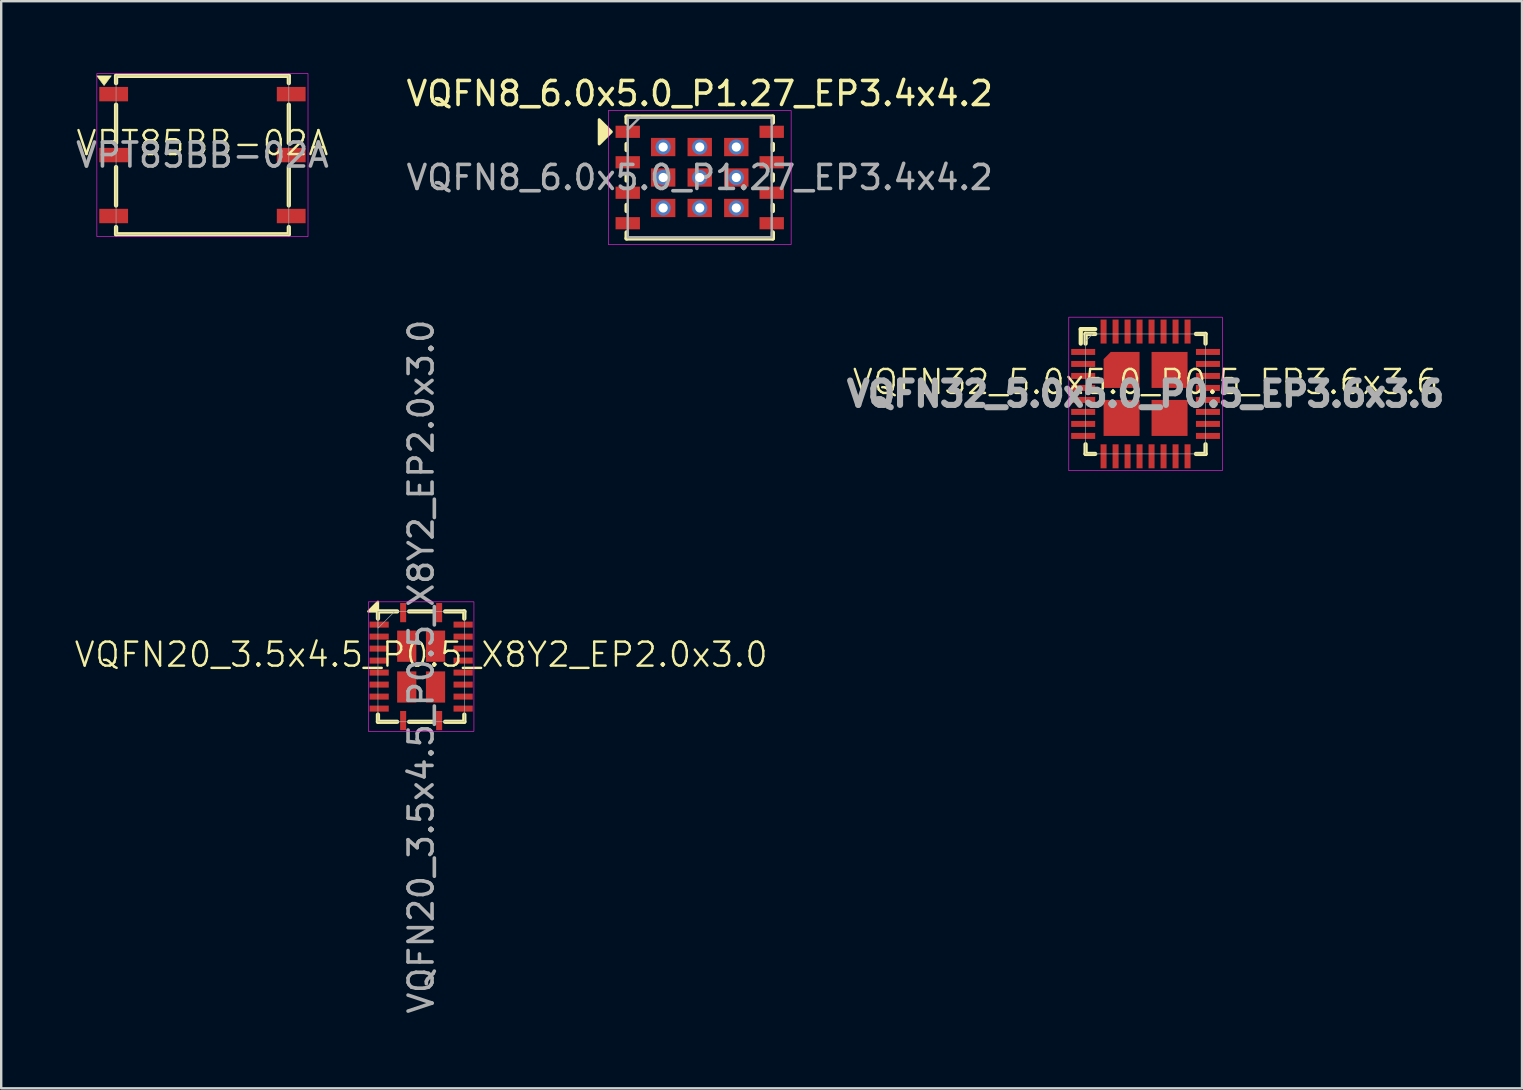
<source format=kicad_pcb>
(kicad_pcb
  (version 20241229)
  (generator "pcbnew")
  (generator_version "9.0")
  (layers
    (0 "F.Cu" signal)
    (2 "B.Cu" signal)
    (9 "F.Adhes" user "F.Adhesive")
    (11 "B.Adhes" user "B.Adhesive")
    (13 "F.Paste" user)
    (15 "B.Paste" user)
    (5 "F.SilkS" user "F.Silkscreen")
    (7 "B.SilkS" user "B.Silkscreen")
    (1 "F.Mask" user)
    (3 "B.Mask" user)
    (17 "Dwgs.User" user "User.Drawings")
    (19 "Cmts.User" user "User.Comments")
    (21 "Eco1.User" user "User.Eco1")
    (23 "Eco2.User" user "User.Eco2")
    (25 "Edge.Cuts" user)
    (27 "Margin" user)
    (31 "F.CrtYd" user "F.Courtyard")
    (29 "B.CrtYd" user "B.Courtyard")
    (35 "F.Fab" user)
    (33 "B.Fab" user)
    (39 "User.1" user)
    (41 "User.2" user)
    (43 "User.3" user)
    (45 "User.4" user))
  (footprint "VQFN8_6.0x5.0_P1.27_EP3.4x4.2"
    (layer "F.Cu")
    (at 26.113 4.348)
    (property "Reference" "VQFN8_6.0x5.0_P1.27_EP3.4x4.2" (at 0 -3.5 0) (unlocked yes) (layer "F.SilkS") (effects (font (size 1 1) (thickness 0.15))))
    (attr smd)
    (fp_line (start -3.048 -2.54) (end 3.048 -2.54) (stroke (width 0.178) (type solid)) (layer "F.SilkS"))
    (fp_line (start -3.048 -2.286) (end -3.048 -2.54) (stroke (width 0.178) (type solid)) (layer "F.SilkS"))
    (fp_line (start -3.048 -1.397) (end -3.048 -1.143) (stroke (width 0.178) (type solid)) (layer "F.SilkS"))
    (fp_line (start -3.048 -0.127) (end -3.048 0.127) (stroke (width 0.178) (type solid)) (layer "F.SilkS"))
    (fp_line (start -3.048 1.143) (end -3.048 1.397) (stroke (width 0.178) (type solid)) (layer "F.SilkS"))
    (fp_line (start -3.048 2.54) (end -3.048 2.286) (stroke (width 0.178) (type solid)) (layer "F.SilkS"))
    (fp_line (start 3.048 -2.54) (end 3.048 -2.286) (stroke (width 0.178) (type solid)) (layer "F.SilkS"))
    (fp_line (start 3.048 -1.143) (end 3.048 -1.397) (stroke (width 0.178) (type solid)) (layer "F.SilkS"))
    (fp_line (start 3.048 0.127) (end 3.048 -0.127) (stroke (width 0.178) (type solid)) (layer "F.SilkS"))
    (fp_line (start 3.048 1.397) (end 3.048 1.143) (stroke (width 0.178) (type solid)) (layer "F.SilkS"))
    (fp_line (start 3.048 2.286) (end 3.048 2.54) (stroke (width 0.178) (type solid)) (layer "F.SilkS"))
    (fp_line (start 3.048 2.54) (end -3.048 2.54) (stroke (width 0.178) (type solid)) (layer "F.SilkS"))
    (fp_poly (pts (xy -3.683 -1.905) (xy -4.191 -1.397) (xy -4.191 -2.413)) (stroke (width 0.12) (type solid)) (fill yes) (layer "F.SilkS"))
    (fp_rect (start -3.81 -2.794) (end 3.81 2.794) (stroke (width 0.025) (type solid)) (fill no) (layer "F.CrtYd"))
    (fp_line (start -3 -2) (end -2.5 -2.5) (stroke (width 0.1) (type solid)) (layer "F.Fab"))
    (fp_rect (start -3 -2.5) (end 3 2.5) (stroke (width 0.1) (type solid)) (fill no) (layer "F.Fab"))
    (fp_text user "${REFERENCE}" (at 0 0 0) (unlocked yes) (layer "F.Fab") (effects (font (size 1 1) (thickness 0.15))))
    (pad "1" smd rect (at -3 -1.905) (size 1.016 0.508) (layers "F.Cu" "F.Mask" "F.Paste"))
    (pad "2" smd rect (at -3 -0.635) (size 1.016 0.508) (layers "F.Cu" "F.Mask" "F.Paste"))
    (pad "3" smd rect (at -3 0.635) (size 1.016 0.508) (layers "F.Cu" "F.Mask" "F.Paste"))
    (pad "4" smd rect (at -3 1.905) (size 1.016 0.508) (layers "F.Cu" "F.Mask" "F.Paste"))
    (pad "5" smd rect (at 3 1.905) (size 1.016 0.508) (layers "F.Cu" "F.Mask" "F.Paste"))
    (pad "6" smd rect (at 3 0.635) (size 1.016 0.508) (layers "F.Cu" "F.Mask" "F.Paste"))
    (pad "7" smd rect (at 3 -0.635) (size 1.016 0.508) (layers "F.Cu" "F.Mask" "F.Paste"))
    (pad "8" smd rect (at 3 -1.905) (size 1.016 0.508) (layers "F.Cu" "F.Mask" "F.Paste"))
    (pad "9" thru_hole circle (at -1.524 -1.27) (size 0.635 0.635) (drill 0.381) (layers "*.Cu" "*.Mask"))
    (pad "9" smd rect (at -1.524 -1.27) (size 1.016 0.762) (layers "F.Cu" "F.Mask" "F.Paste"))
    (pad "9" thru_hole circle (at -1.524 0) (size 0.635 0.635) (drill 0.381) (layers "*.Cu" "*.Mask"))
    (pad "9" smd rect (at -1.524 0) (size 1.016 0.762) (layers "F.Cu" "F.Mask" "F.Paste"))
    (pad "9" thru_hole circle (at -1.524 1.27) (size 0.635 0.635) (drill 0.381) (layers "*.Cu" "*.Mask"))
    (pad "9" smd rect (at -1.524 1.27) (size 1.016 0.762) (layers "F.Cu" "F.Mask" "F.Paste"))
    (pad "9" thru_hole circle (at 0 -1.27) (size 0.635 0.635) (drill 0.381) (layers "*.Cu" "*.Mask"))
    (pad "9" smd rect (at 0 -1.27) (size 1.016 0.762) (layers "F.Cu" "F.Mask" "F.Paste"))
    (pad "9" thru_hole circle (at 0 0) (size 0.635 0.635) (drill 0.381) (layers "*.Cu" "*.Mask"))
    (pad "9" smd rect (at 0 0) (size 1.016 0.762) (layers "F.Cu" "F.Mask" "F.Paste"))
    (pad "9" thru_hole circle (at 0 1.27) (size 0.635 0.635) (drill 0.381) (layers "*.Cu" "*.Mask"))
    (pad "9" smd rect (at 0 1.27) (size 1.016 0.762) (layers "F.Cu" "F.Mask" "F.Paste"))
    (pad "9" thru_hole circle (at 1.524 -1.27) (size 0.635 0.635) (drill 0.381) (layers "*.Cu" "*.Mask"))
    (pad "9" smd rect (at 1.524 -1.27) (size 1.016 0.762) (layers "F.Cu" "F.Mask" "F.Paste"))
    (pad "9" thru_hole circle (at 1.524 0) (size 0.635 0.635) (drill 0.381) (layers "*.Cu" "*.Mask"))
    (pad "9" smd rect (at 1.524 0) (size 1.016 0.762) (layers "F.Cu" "F.Mask" "F.Paste"))
    (pad "9" thru_hole circle (at 1.524 1.27) (size 0.635 0.635) (drill 0.381) (layers "*.Cu" "*.Mask"))
    (pad "9" smd rect (at 1.524 1.27) (size 1.016 0.762) (layers "F.Cu" "F.Mask" "F.Paste")))
  (footprint "VPT85BB-02A"
    (layer "F.Cu")
    (at 5.387 3.413)
    (property "Reference" "VPT85BB-02A" (at 0 -0.5 0) (unlocked yes) (layer "F.SilkS") (effects (font (size 1 1) (thickness 0.1))))
    (attr smd)
    (fp_line (start -3.6 -3.3) (end 3.6 -3.3) (stroke (width 0.178) (type solid)) (layer "F.SilkS"))
    (fp_line (start -3.6 -3) (end -3.6 -3.3) (stroke (width 0.178) (type solid)) (layer "F.SilkS"))
    (fp_line (start -3.6 -0.5) (end -3.6 -2.1) (stroke (width 0.178) (type solid)) (layer "F.SilkS"))
    (fp_line (start -3.6 2.1) (end -3.6 0.5) (stroke (width 0.178) (type solid)) (layer "F.SilkS"))
    (fp_line (start -3.6 3.3) (end -3.6 3) (stroke (width 0.178) (type solid)) (layer "F.SilkS"))
    (fp_line (start 3.6 -3) (end 3.6 -3.3) (stroke (width 0.178) (type solid)) (layer "F.SilkS"))
    (fp_line (start 3.6 -0.5) (end 3.6 -2.1) (stroke (width 0.178) (type solid)) (layer "F.SilkS"))
    (fp_line (start 3.6 2.1) (end 3.6 0.5) (stroke (width 0.178) (type solid)) (layer "F.SilkS"))
    (fp_line (start 3.6 3) (end 3.6 3.3) (stroke (width 0.178) (type solid)) (layer "F.SilkS"))
    (fp_line (start 3.6 3.3) (end -3.6 3.3) (stroke (width 0.178) (type solid)) (layer "F.SilkS"))
    (fp_poly (pts (xy -4.4 -3.3) (xy -3.8 -3.3) (xy -4.1 -2.9)) (stroke (width 0.025) (type solid)) (fill yes) (layer "F.SilkS"))
    (fp_rect (start -4.4 -3.4) (end 4.4 3.4) (stroke (width 0.025) (type solid)) (fill no) (layer "F.CrtYd"))
    (fp_rect (start -3.6 -3.3) (end 3.6 3.3) (stroke (width 0.025) (type solid)) (fill no) (layer "F.Fab"))
    (fp_text user "${REFERENCE}" (at 0 0 0) (unlocked yes) (layer "F.Fab") (effects (font (size 1 1) (thickness 0.15))))
    (pad "1" smd rect (at -3.7 -2.54) (size 1.2 0.6) (layers "F.Cu" "F.Mask" "F.Paste"))
    (pad "2" smd rect (at -3.7 0) (size 1.2 0.6) (layers "F.Cu" "F.Mask" "F.Paste"))
    (pad "3" smd rect (at -3.7 2.54) (size 1.2 0.6) (layers "F.Cu" "F.Mask" "F.Paste"))
    (pad "4" smd rect (at 3.7 2.54) (size 1.2 0.6) (layers "F.Cu" "F.Mask" "F.Paste"))
    (pad "5" smd rect (at 3.7 0) (size 1.2 0.6) (layers "F.Cu" "F.Mask" "F.Paste"))
    (pad "6" smd rect (at 3.7 -2.54) (size 1.2 0.6) (layers "F.Cu" "F.Mask" "F.Paste")))
  (footprint "VQFN32_5.0x5.0_P0.5_EP3.6x3.6"
    (layer "F.Cu")
    (at 44.694 13.368)
    (property "Reference" "VQFN32_5.0x5.0_P0.5_EP3.6x3.6" (at 0 -0.5 0) (unlocked yes) (layer "F.SilkS") (effects (font (size 1 1) (thickness 0.1))))
    (attr smd)
    (fp_line (start -2.7 -2.7) (end -2.1 -2.7) (stroke (width 0.178) (type default)) (layer "F.SilkS"))
    (fp_line (start -2.7 -2.1) (end -2.7 -2.7) (stroke (width 0.178) (type default)) (layer "F.SilkS"))
    (fp_line (start -2.5 -2.5) (end -2.1 -2.5) (stroke (width 0.178) (type default)) (layer "F.SilkS"))
    (fp_line (start -2.5 -2.1) (end -2.5 -2.5) (stroke (width 0.178) (type default)) (layer "F.SilkS"))
    (fp_line (start -2.5 2.5) (end -2.5 2.1) (stroke (width 0.178) (type default)) (layer "F.SilkS"))
    (fp_line (start -2.1 2.5) (end -2.5 2.5) (stroke (width 0.178) (type default)) (layer "F.SilkS"))
    (fp_line (start 2.1 -2.5) (end 2.5 -2.5) (stroke (width 0.178) (type default)) (layer "F.SilkS"))
    (fp_line (start 2.5 -2.5) (end 2.5 -2.1) (stroke (width 0.178) (type default)) (layer "F.SilkS"))
    (fp_line (start 2.5 2.1) (end 2.5 2.5) (stroke (width 0.178) (type default)) (layer "F.SilkS"))
    (fp_line (start 2.5 2.5) (end 2.1 2.5) (stroke (width 0.178) (type default)) (layer "F.SilkS"))
    (fp_rect (start -3.2 3.2) (end 3.2 -3.2) (stroke (width 0.025) (type default)) (fill no) (layer "F.CrtYd"))
    (fp_rect (start -2.5 2.5) (end 2.5 -2.5) (stroke (width 0.025) (type default)) (fill no) (layer "F.Fab"))
    (fp_poly (pts (xy -2.5 -2.5) (xy -2.5 -2.2) (xy -2.2 -2.5)) (stroke (width 0.025) (type solid)) (fill no) (layer "F.Fab"))
    (fp_text user "${REFERENCE}" (at 0 0 0) (unlocked yes) (layer "F.Fab") (effects (font (size 1.016 1.016) (thickness 0.254) (bold yes))))
    (pad "1" smd rect (at -2.6 -1.75) (size 1 0.25) (layers "F.Cu" "F.Mask" "F.Paste"))
    (pad "2" smd rect (at -2.6 -1.25) (size 1 0.25) (layers "F.Cu" "F.Mask" "F.Paste"))
    (pad "3" smd rect (at -2.6 -0.75) (size 1 0.25) (layers "F.Cu" "F.Mask" "F.Paste"))
    (pad "4" smd rect (at -2.6 -0.25) (size 1 0.25) (layers "F.Cu" "F.Mask" "F.Paste"))
    (pad "5" smd rect (at -2.6 0.25) (size 1 0.25) (layers "F.Cu" "F.Mask" "F.Paste"))
    (pad "6" smd rect (at -2.6 0.75) (size 1 0.25) (layers "F.Cu" "F.Mask" "F.Paste"))
    (pad "7" smd rect (at -2.6 1.25) (size 1 0.25) (layers "F.Cu" "F.Mask" "F.Paste"))
    (pad "8" smd rect (at -2.6 1.75) (size 1 0.25) (layers "F.Cu" "F.Mask" "F.Paste"))
    (pad "9" smd rect (at -1.75 2.6) (size 0.25 1) (layers "F.Cu" "F.Mask" "F.Paste"))
    (pad "10" smd rect (at -1.25 2.6) (size 0.25 1) (layers "F.Cu" "F.Mask" "F.Paste"))
    (pad "11" smd rect (at -0.75 2.6) (size 0.25 1) (layers "F.Cu" "F.Mask" "F.Paste"))
    (pad "12" smd rect (at -0.25 2.6) (size 0.25 1) (layers "F.Cu" "F.Mask" "F.Paste"))
    (pad "13" smd rect (at 0.25 2.6) (size 0.25 1) (layers "F.Cu" "F.Mask" "F.Paste"))
    (pad "14" smd rect (at 0.75 2.6) (size 0.25 1) (layers "F.Cu" "F.Mask" "F.Paste"))
    (pad "15" smd rect (at 1.25 2.6) (size 0.25 1) (layers "F.Cu" "F.Mask" "F.Paste"))
    (pad "16" smd rect (at 1.75 2.6) (size 0.25 1) (layers "F.Cu" "F.Mask" "F.Paste"))
    (pad "17" smd rect (at 2.6 1.75) (size 1 0.25) (layers "F.Cu" "F.Mask" "F.Paste"))
    (pad "18" smd rect (at 2.6 1.25) (size 1 0.25) (layers "F.Cu" "F.Mask" "F.Paste"))
    (pad "19" smd rect (at 2.6 0.75) (size 1 0.25) (layers "F.Cu" "F.Mask" "F.Paste"))
    (pad "20" smd rect (at 2.6 0.25) (size 1 0.25) (layers "F.Cu" "F.Mask" "F.Paste"))
    (pad "21" smd rect (at 2.6 -0.25) (size 1 0.25) (layers "F.Cu" "F.Mask" "F.Paste"))
    (pad "22" smd rect (at 2.6 -0.75) (size 1 0.25) (layers "F.Cu" "F.Mask" "F.Paste"))
    (pad "23" smd rect (at 2.6 -1.25) (size 1 0.25) (layers "F.Cu" "F.Mask" "F.Paste"))
    (pad "24" smd rect (at 2.6 -1.75) (size 1 0.25) (layers "F.Cu" "F.Mask" "F.Paste"))
    (pad "25" smd rect (at 1.75 -2.6) (size 0.25 1) (layers "F.Cu" "F.Mask" "F.Paste"))
    (pad "26" smd rect (at 1.25 -2.6) (size 0.25 1) (layers "F.Cu" "F.Mask" "F.Paste"))
    (pad "27" smd rect (at 0.75 -2.6) (size 0.25 1) (layers "F.Cu" "F.Mask" "F.Paste"))
    (pad "28" smd rect (at 0.25 -2.6) (size 0.25 1) (layers "F.Cu" "F.Mask" "F.Paste"))
    (pad "29" smd rect (at -0.25 -2.6) (size 0.25 1) (layers "F.Cu" "F.Mask" "F.Paste"))
    (pad "30" smd rect (at -0.75 -2.6) (size 0.25 1) (layers "F.Cu" "F.Mask" "F.Paste"))
    (pad "31" smd rect (at -1.25 -2.6) (size 0.25 1) (layers "F.Cu" "F.Mask" "F.Paste"))
    (pad "32" smd rect (at -1.75 -2.6) (size 0.25 1) (layers "F.Cu" "F.Mask" "F.Paste"))
    (pad "33" smd roundrect (at -1 -1) (size 1.5 1.5) (layers "F.Cu" "F.Mask" "F.Paste") (roundrect_rratio 0) (chamfer_ratio 0.2) (chamfer top_left))
    (pad "33" smd rect (at -1 1) (size 1.5 1.5) (layers "F.Cu" "F.Mask" "F.Paste"))
    (pad "33" smd rect (at 1 -1) (size 1.5 1.5) (layers "F.Cu" "F.Mask" "F.Paste"))
    (pad "33" smd rect (at 1 1) (size 1.5 1.5) (layers "F.Cu" "F.Mask" "F.Paste")))
  (footprint "VQFN20_3.5x4.5_P0.5_X8Y2_EP2.0x3.0"
    (layer "F.Cu")
    (at 14.502 24.732)
    (property "Reference" "VQFN20_3.5x4.5_P0.5_X8Y2_EP2.0x3.0" (at 0 -0.5 0) (unlocked yes) (layer "F.SilkS") (effects (font (size 1 1) (thickness 0.1))))
    (attr smd)
    (fp_line (start -1.8 -2.3) (end -1 -2.3) (stroke (width 0.178) (type solid)) (layer "F.SilkS"))
    (fp_line (start -1.8 -2) (end -1.8 -2.3) (stroke (width 0.178) (type solid)) (layer "F.SilkS"))
    (fp_line (start -1.8 2.3) (end -1.8 2) (stroke (width 0.178) (type solid)) (layer "F.SilkS"))
    (fp_line (start -1 2.3) (end -1.8 2.3) (stroke (width 0.178) (type solid)) (layer "F.SilkS"))
    (fp_line (start -0.5 -2.3) (end 0.5 -2.3) (stroke (width 0.178) (type solid)) (layer "F.SilkS"))
    (fp_line (start 0.5 2.3) (end -0.5 2.3) (stroke (width 0.178) (type solid)) (layer "F.SilkS"))
    (fp_line (start 1 -2.3) (end 1.8 -2.3) (stroke (width 0.178) (type solid)) (layer "F.SilkS"))
    (fp_line (start 1.8 -2.3) (end 1.8 -2) (stroke (width 0.178) (type solid)) (layer "F.SilkS"))
    (fp_line (start 1.8 2) (end 1.8 2.3) (stroke (width 0.178) (type solid)) (layer "F.SilkS"))
    (fp_line (start 1.8 2.3) (end 1 2.3) (stroke (width 0.178) (type solid)) (layer "F.SilkS"))
    (fp_poly (pts (xy -2.2 -2.3) (xy -1.8 -2.3) (xy -1.8 -2.7)) (stroke (width 0.1) (type solid)) (fill yes) (layer "F.SilkS"))
    (fp_rect (start -2.2 -2.7) (end 2.2 2.7) (stroke (width 0.025) (type solid)) (fill no) (layer "F.CrtYd"))
    (fp_rect (start -1.8 -2.3) (end 1.8 2.3) (stroke (width 0.025) (type solid)) (fill no) (layer "F.Fab"))
    (fp_poly (pts (xy -1.8 -2.3) (xy -1.8 -1.6) (xy -1.1 -2.3)) (stroke (width 0.025) (type solid)) (fill no) (layer "F.Fab"))
    (fp_text user "${REFERENCE}" (at 0 0 90) (unlocked yes) (layer "F.Fab") (effects (font (size 1 1) (thickness 0.15))))
    (pad "1" smd rect (at -0.75 -2.25) (size 0.25 0.8) (layers "F.Cu" "F.Mask" "F.Paste"))
    (pad "2" smd rect (at -1.75 -1.75) (size 0.8 0.25) (layers "F.Cu" "F.Mask" "F.Paste"))
    (pad "3" smd rect (at -1.75 -1.25) (size 0.8 0.25) (layers "F.Cu" "F.Mask" "F.Paste"))
    (pad "4" smd rect (at -1.75 -0.75) (size 0.8 0.25) (layers "F.Cu" "F.Mask" "F.Paste"))
    (pad "5" smd rect (at -1.75 -0.25) (size 0.8 0.25) (layers "F.Cu" "F.Mask" "F.Paste"))
    (pad "6" smd rect (at -1.75 0.25) (size 0.8 0.25) (layers "F.Cu" "F.Mask" "F.Paste"))
    (pad "7" smd rect (at -1.75 0.75) (size 0.8 0.25) (layers "F.Cu" "F.Mask" "F.Paste"))
    (pad "8" smd rect (at -1.75 1.25) (size 0.8 0.25) (layers "F.Cu" "F.Mask" "F.Paste"))
    (pad "9" smd rect (at -1.75 1.75) (size 0.8 0.25) (layers "F.Cu" "F.Mask" "F.Paste"))
    (pad "10" smd rect (at -0.75 2.25) (size 0.25 0.8) (layers "F.Cu" "F.Mask" "F.Paste"))
    (pad "11" smd rect (at 0.75 2.25) (size 0.25 0.8) (layers "F.Cu" "F.Mask" "F.Paste"))
    (pad "12" smd rect (at 1.75 1.75) (size 0.8 0.25) (layers "F.Cu" "F.Mask" "F.Paste"))
    (pad "13" smd rect (at 1.75 1.25) (size 0.8 0.25) (layers "F.Cu" "F.Mask" "F.Paste"))
    (pad "14" smd rect (at 1.75 0.75) (size 0.8 0.25) (layers "F.Cu" "F.Mask" "F.Paste"))
    (pad "15" smd rect (at 1.75 0.25) (size 0.8 0.25) (layers "F.Cu" "F.Mask" "F.Paste"))
    (pad "16" smd rect (at 1.75 -0.25) (size 0.8 0.25) (layers "F.Cu" "F.Mask" "F.Paste"))
    (pad "17" smd rect (at 1.75 -0.75) (size 0.8 0.25) (layers "F.Cu" "F.Mask" "F.Paste"))
    (pad "18" smd rect (at 1.75 -1.25) (size 0.8 0.25) (layers "F.Cu" "F.Mask" "F.Paste"))
    (pad "19" smd rect (at 1.75 -1.75) (size 0.8 0.25) (layers "F.Cu" "F.Mask" "F.Paste"))
    (pad "20" smd rect (at 0.75 -2.25) (size 0.25 0.8) (layers "F.Cu" "F.Mask" "F.Paste"))
    (pad "21" smd rect (at -0.6 -0.85) (size 0.8 1.3) (layers "F.Cu" "F.Mask" "F.Paste"))
    (pad "21" smd rect (at -0.6 0.85) (size 0.8 1.3) (layers "F.Cu" "F.Mask" "F.Paste"))
    (pad "21" smd rect (at 0.6 -0.85) (size 0.8 1.3) (layers "F.Cu" "F.Mask" "F.Paste"))
    (pad "21" smd rect (at 0.6 0.85) (size 0.8 1.3) (layers "F.Cu" "F.Mask" "F.Paste")))
  (gr_rect
    (start -3 -3)
    (end 60.383 42.31)
    (stroke (width 0.1) (type default))
    (fill no)
    (layer "Edge.Cuts")))
</source>
